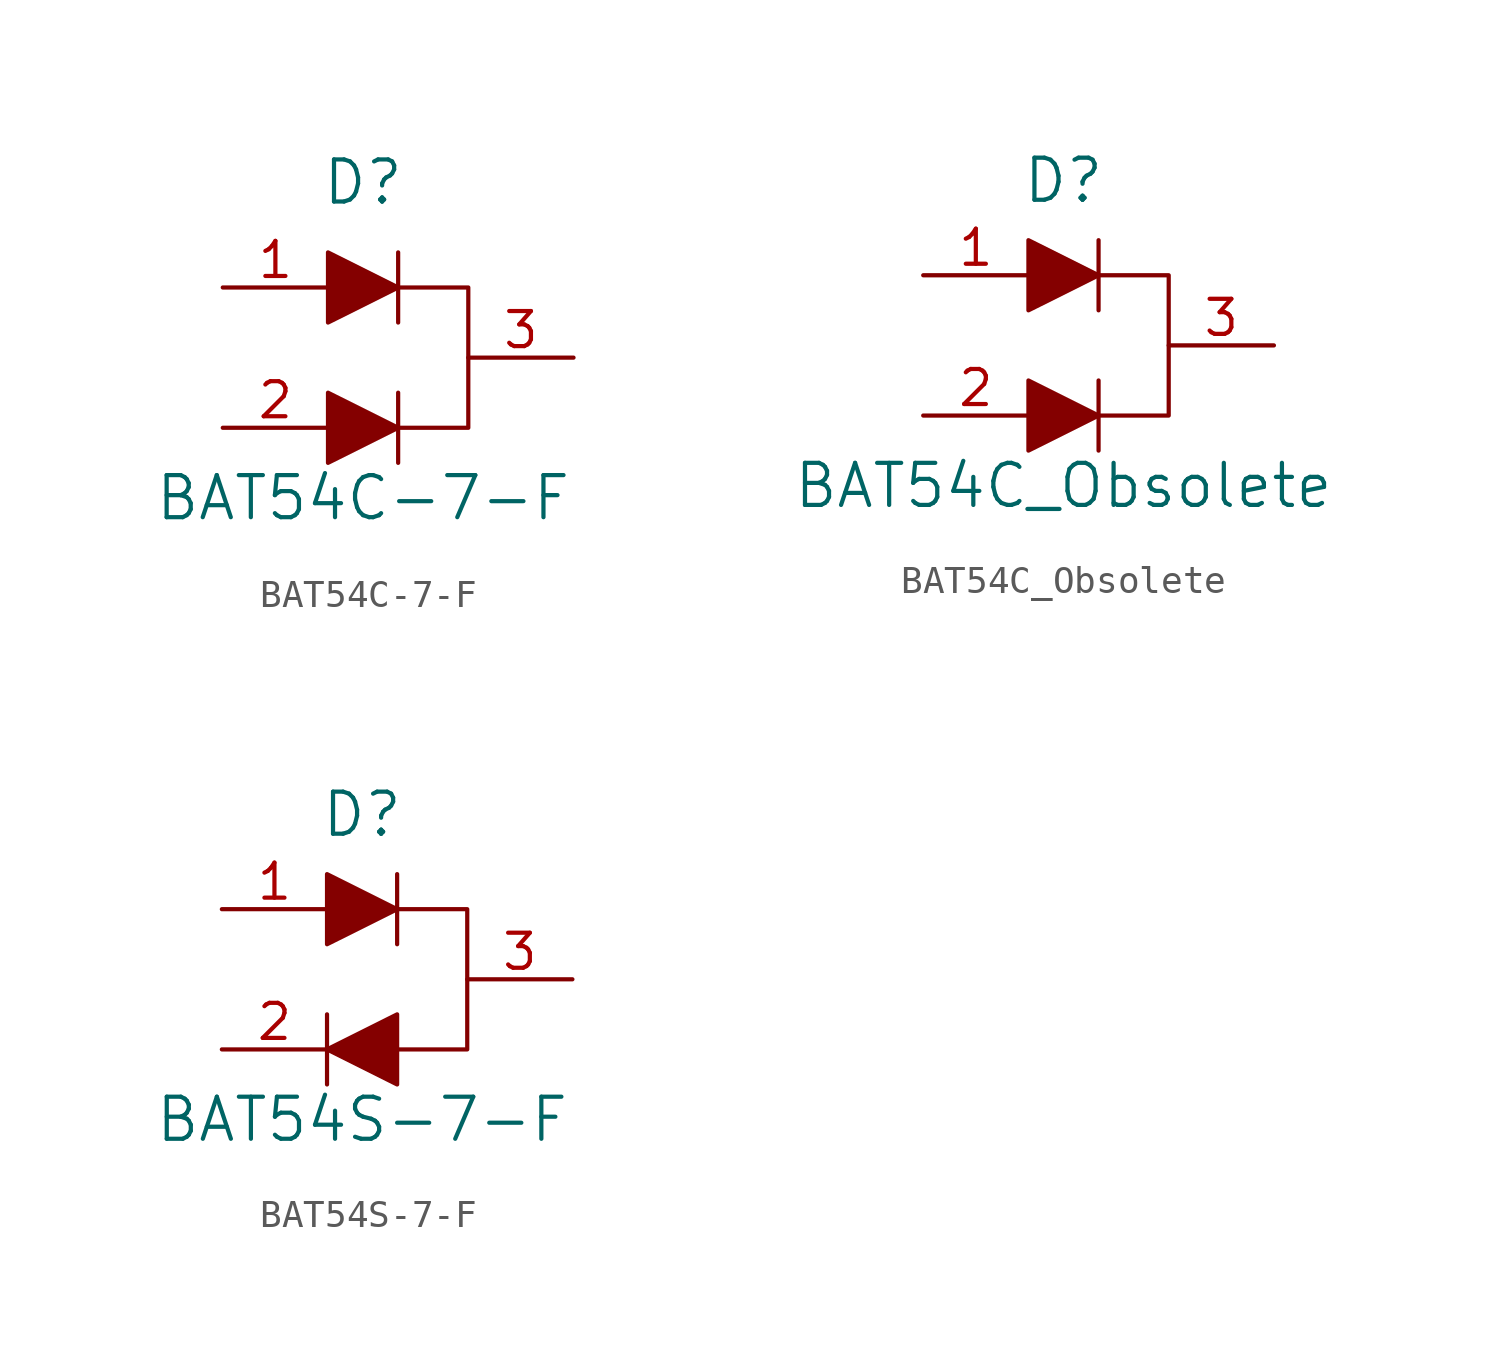
<source format=kicad_sym>
(kicad_symbol_lib
  (version 20211014)
  (generator kicad_symbol_editor)
  (symbol "BAT54C-7-F"
    (pin_names
      (offset 0.025))
    (property "Reference" "D"
      (at 0 6.35 0)
      (effects (font (size 1.524 1.524))))
    (property "Value" "BAT54C-7-F"
      (at 0 -5.08 0)
      (effects (font (size 1.524 1.524))))
    (symbol "BAT54C-7-F_0_1"
      (polyline (pts (xy 1.27 -1.27) (xy 1.27 -3.81)) (stroke (width 0) (type default) (color 0 0 0 0)) (fill (type none)))
      (polyline (pts (xy 1.27 1.27) (xy 1.27 3.81)) (stroke (width 0) (type default) (color 0 0 0 0)) (fill (type none)))
      (polyline (pts (xy -1.27 -1.27) (xy -1.27 -3.81) (xy 1.27 -2.54) (xy -1.27 -1.27)) (stroke (width 0) (type default) (color 0 0 0 0)) (fill (type outline)))
      (polyline (pts (xy -1.27 3.81) (xy -1.27 1.27) (xy 1.27 2.54) (xy -1.27 3.81)) (stroke (width 0) (type default) (color 0 0 0 0)) (fill (type outline))))
    (symbol "BAT54C-7-F_1_1"
      (polyline (pts (xy 1.27 2.54) (xy 3.81 2.54) (xy 3.81 -2.54) (xy 1.27 -2.54)) (stroke (width 0) (type default) (color 0 0 0 0)) (fill (type none)))
      (pin passive line (at -5.08 2.54 0) (length 3.81) (name "~" (effects (font (size 1.27 1.27)))) (number "1" (effects (font (size 1.27 1.27)))))
      (pin passive line (at -5.08 -2.54 0) (length 3.81) (name "~" (effects (font (size 1.27 1.27)))) (number "2" (effects (font (size 1.27 1.27)))))
      (pin passive line (at 7.62 0 180) (length 3.81) (name "~" (effects (font (size 1.27 1.27)))) (number "3" (effects (font (size 1.27 1.27)))))))
  (symbol "BAT54C_Obsolete"
    (pin_names
      (offset 0.025))
    (property "Reference" "D"
      (at 0 5.08 0)
      (effects (font (size 1.524 1.524)) (justify bottom)))
    (property "Value" "BAT54C_Obsolete"
      (at 0 -5.08 0)
      (effects (font (size 1.524 1.524))))
    (symbol "BAT54C_Obsolete_0_1"
      (polyline (pts (xy 1.27 -1.27) (xy 1.27 -3.81)) (stroke (width 0) (type default) (color 0 0 0 0)) (fill (type none)))
      (polyline (pts (xy 1.27 1.27) (xy 1.27 3.81)) (stroke (width 0) (type default) (color 0 0 0 0)) (fill (type none)))
      (polyline (pts (xy -1.27 -1.27) (xy -1.27 -3.81) (xy 1.27 -2.54) (xy -1.27 -1.27)) (stroke (width 0) (type default) (color 0 0 0 0)) (fill (type outline)))
      (polyline (pts (xy -1.27 3.81) (xy -1.27 1.27) (xy 1.27 2.54) (xy -1.27 3.81)) (stroke (width 0) (type default) (color 0 0 0 0)) (fill (type outline))))
    (symbol "BAT54C_Obsolete_1_1"
      (polyline (pts (xy 1.27 2.54) (xy 3.81 2.54) (xy 3.81 -2.54) (xy 1.27 -2.54)) (stroke (width 0) (type default) (color 0 0 0 0)) (fill (type none)))
      (pin passive line (at -5.08 2.54 0) (length 3.81) (name "~" (effects (font (size 1.27 1.27)))) (number "1" (effects (font (size 1.27 1.27)))))
      (pin passive line (at -5.08 -2.54 0) (length 3.81) (name "~" (effects (font (size 1.27 1.27)))) (number "2" (effects (font (size 1.27 1.27)))))
      (pin passive line (at 7.62 0 180) (length 3.81) (name "~" (effects (font (size 1.27 1.27)))) (number "3" (effects (font (size 1.27 1.27)))))))
  (symbol "BAT54S-7-F"
    (pin_names
      (offset 1.016))
    (property "Reference" "D"
      (at 0 5.08 0)
      (effects (font (size 1.524 1.524)) (justify bottom)))
    (property "Value" "BAT54S-7-F"
      (at 0 -5.08 0)
      (effects (font (size 1.524 1.524))))
    (symbol "BAT54S-7-F_0_1"
      (polyline (pts (xy -1.27 -1.27) (xy -1.27 -3.81)) (stroke (width 0) (type default) (color 0 0 0 0)) (fill (type none)))
      (polyline (pts (xy 1.27 3.81) (xy 1.27 1.27)) (stroke (width 0) (type default) (color 0 0 0 0)) (fill (type none)))
      (polyline (pts (xy -1.27 3.81) (xy -1.27 1.27) (xy 1.27 2.54) (xy -1.27 3.81)) (stroke (width 0) (type default) (color 0 0 0 0)) (fill (type outline)))
      (polyline (pts (xy 1.27 -1.27) (xy 1.27 -3.81) (xy -1.27 -2.54) (xy 1.27 -1.27)) (stroke (width 0) (type default) (color 0 0 0 0)) (fill (type outline))))
    (symbol "BAT54S-7-F_1_1"
      (polyline (pts (xy 1.27 2.54) (xy 3.81 2.54) (xy 3.81 -2.54) (xy 1.27 -2.54)) (stroke (width 0) (type default) (color 0 0 0 0)) (fill (type none)))
      (pin passive line (at -5.08 2.54 0) (length 3.81) (name "~" (effects (font (size 1.27 1.27)))) (number "1" (effects (font (size 1.27 1.27)))))
      (pin passive line (at -5.08 -2.54 0) (length 3.81) (name "~" (effects (font (size 1.27 1.27)))) (number "2" (effects (font (size 1.27 1.27)))))
      (pin passive line (at 7.62 0 180) (length 3.81) (name "~" (effects (font (size 1.27 1.27)))) (number "3" (effects (font (size 1.27 1.27))))))))
</source>
